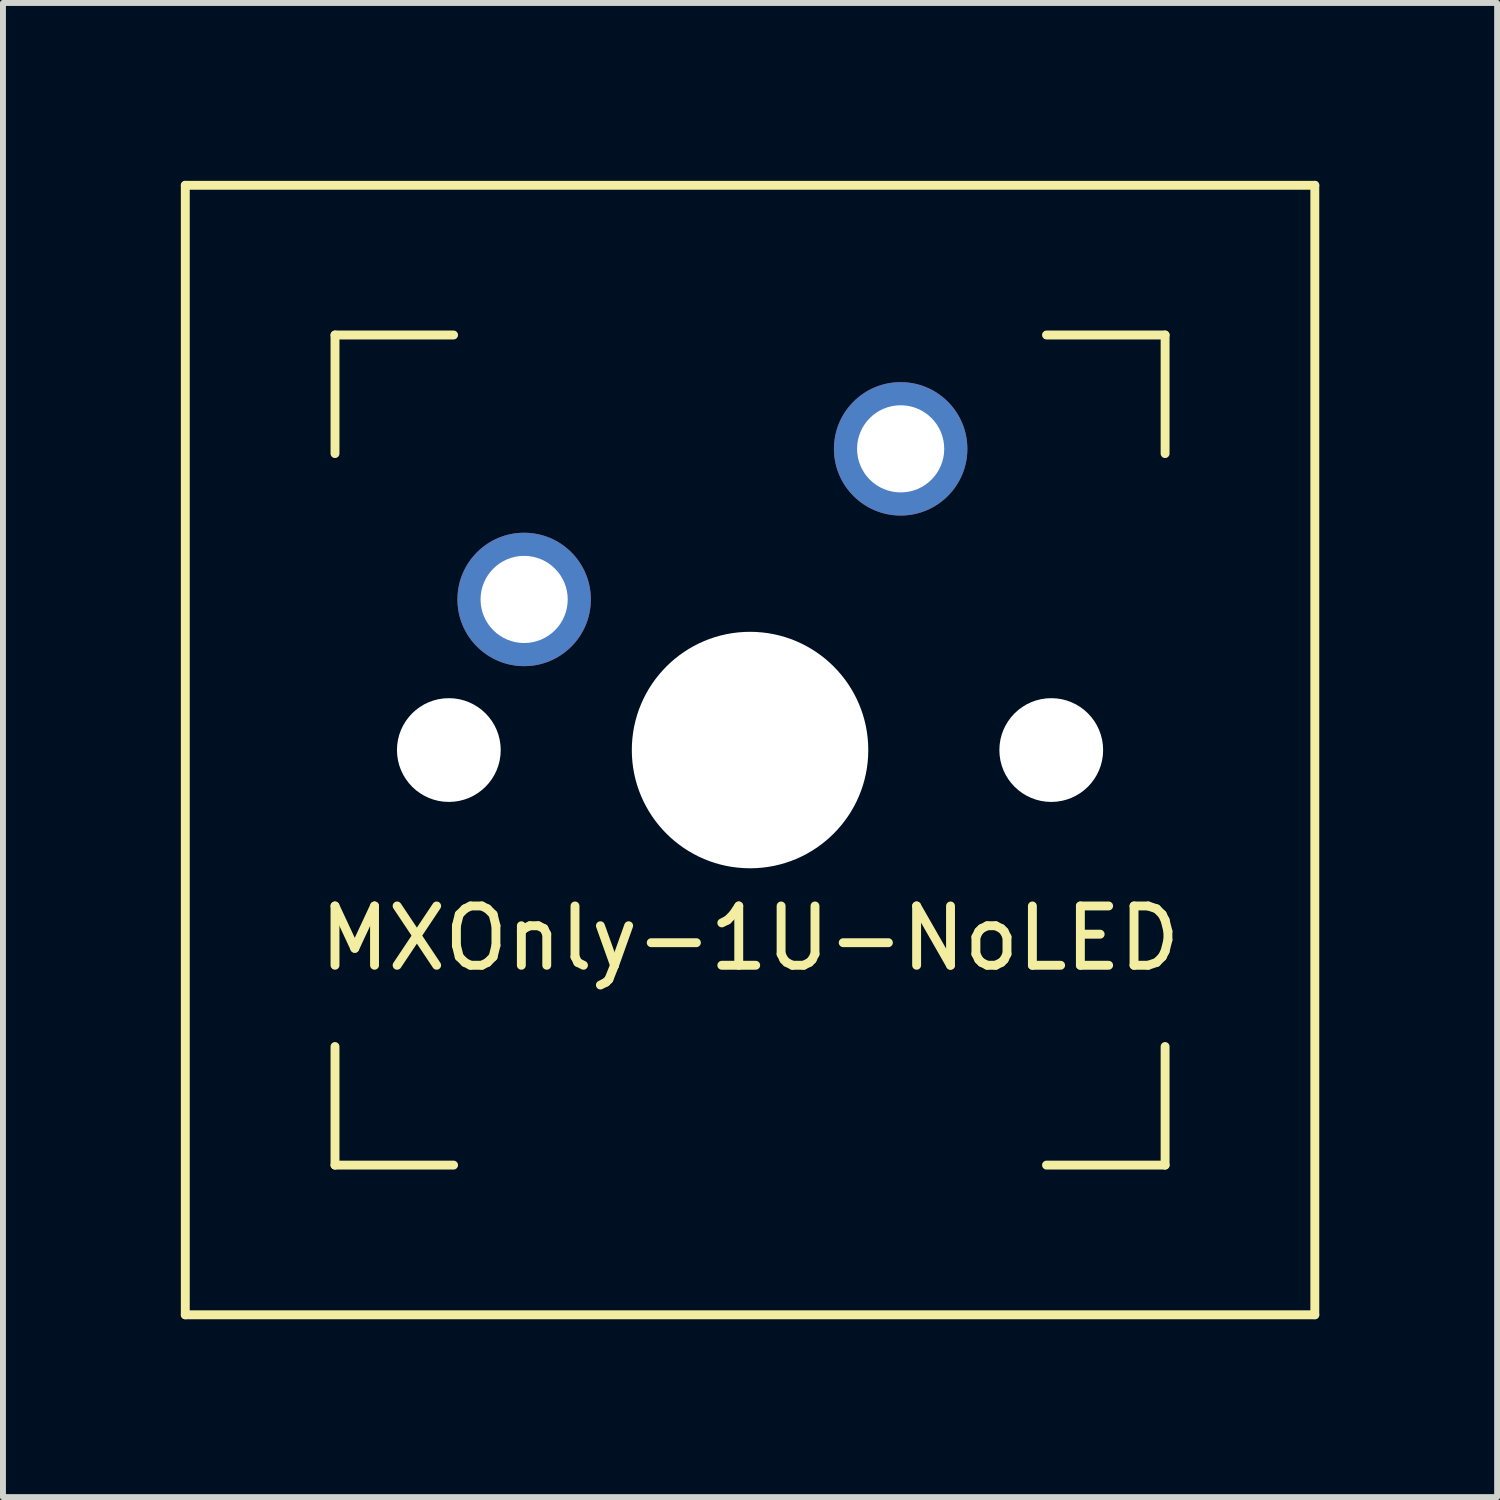
<source format=kicad_pcb>
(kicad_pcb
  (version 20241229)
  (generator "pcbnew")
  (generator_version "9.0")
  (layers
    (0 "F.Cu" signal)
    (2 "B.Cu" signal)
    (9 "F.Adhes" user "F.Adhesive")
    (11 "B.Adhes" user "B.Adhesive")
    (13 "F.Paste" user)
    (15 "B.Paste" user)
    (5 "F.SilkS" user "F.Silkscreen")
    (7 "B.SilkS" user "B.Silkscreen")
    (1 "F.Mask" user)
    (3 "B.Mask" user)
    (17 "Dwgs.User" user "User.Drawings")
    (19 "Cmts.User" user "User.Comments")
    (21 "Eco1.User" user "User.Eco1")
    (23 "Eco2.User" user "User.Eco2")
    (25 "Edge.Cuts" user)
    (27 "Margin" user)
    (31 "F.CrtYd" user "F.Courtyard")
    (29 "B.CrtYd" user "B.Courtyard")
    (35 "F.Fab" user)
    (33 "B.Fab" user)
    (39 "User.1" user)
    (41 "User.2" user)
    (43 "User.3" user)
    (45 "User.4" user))
  (footprint "MXOnly-1U-NoLED"
    (layer "F.Cu")
    (at 9.6 9.6)
    (property "Reference" "MXOnly-1U-NoLED" (at 0 3.175 0) (layer "F.SilkS") (effects (font (size 1 1) (thickness 0.15))))
    (attr through_hole)
    (fp_line (start -9.525 -9.525) (end 9.525 -9.525) (stroke (width 0.15) (type solid)) (layer "F.SilkS"))
    (fp_line (start -9.525 9.525) (end -9.525 -9.525) (stroke (width 0.15) (type solid)) (layer "F.SilkS"))
    (fp_line (start -7 -7) (end -7 -5) (stroke (width 0.15) (type solid)) (layer "F.SilkS"))
    (fp_line (start -7 5) (end -7 7) (stroke (width 0.15) (type solid)) (layer "F.SilkS"))
    (fp_line (start -7 7) (end -5 7) (stroke (width 0.15) (type solid)) (layer "F.SilkS"))
    (fp_line (start -5 -7) (end -7 -7) (stroke (width 0.15) (type solid)) (layer "F.SilkS"))
    (fp_line (start 5 -7) (end 7 -7) (stroke (width 0.15) (type solid)) (layer "F.SilkS"))
    (fp_line (start 5 7) (end 7 7) (stroke (width 0.15) (type solid)) (layer "F.SilkS"))
    (fp_line (start 7 -7) (end 7 -5) (stroke (width 0.15) (type solid)) (layer "F.SilkS"))
    (fp_line (start 7 7) (end 7 5) (stroke (width 0.15) (type solid)) (layer "F.SilkS"))
    (fp_line (start 9.525 -9.525) (end 9.525 9.525) (stroke (width 0.15) (type solid)) (layer "F.SilkS"))
    (fp_line (start 9.525 9.525) (end -9.525 9.525) (stroke (width 0.15) (type solid)) (layer "F.SilkS"))
    (pad "" np_thru_hole circle (at -5.08 0 48.1) (size 1.75 1.75) (drill 1.75) (layers "*.Cu" "*.Mask"))
    (pad "" np_thru_hole circle (at 0 0) (size 3.988 3.988) (drill 3.988) (layers "*.Cu" "*.Mask"))
    (pad "" np_thru_hole circle (at 5.08 0 48.1) (size 1.75 1.75) (drill 1.75) (layers "*.Cu" "*.Mask"))
    (pad "1" thru_hole circle (at -3.81 -2.54) (size 2.25 2.25) (drill 1.47) (layers "*.Cu" "*.Mask"))
    (pad "2" thru_hole circle (at 2.54 -5.08) (size 2.25 2.25) (drill 1.47) (layers "*.Cu" "*.Mask")))
  (gr_rect
    (start -3 -3)
    (end 22.2 22.2)
    (stroke (width 0.1) (type default))
    (fill no)
    (layer "Edge.Cuts")))
</source>
